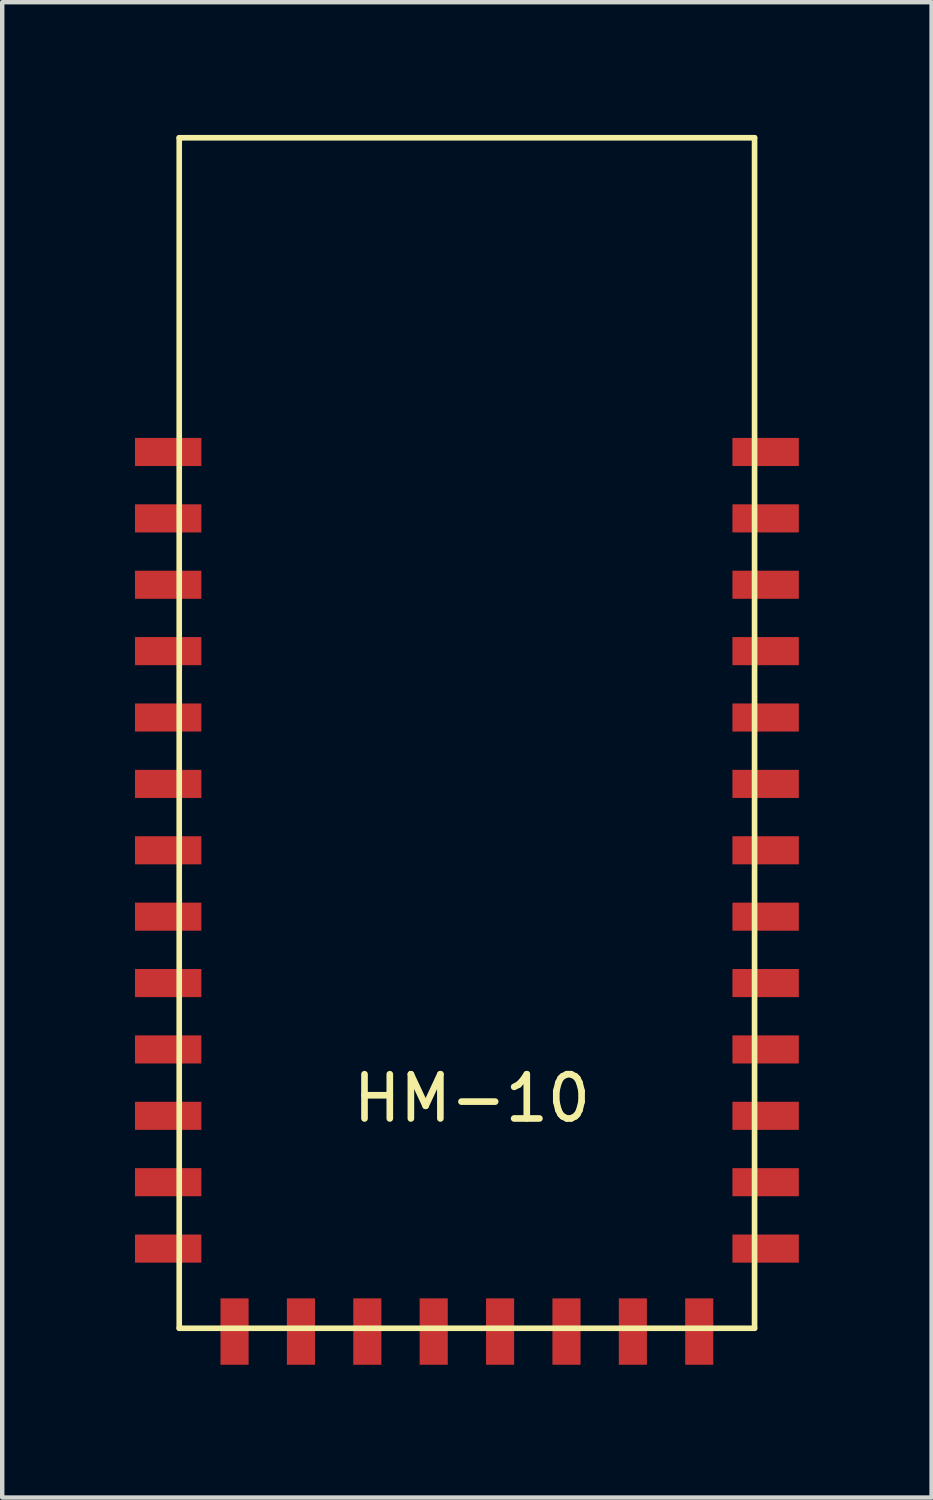
<source format=kicad_pcb>
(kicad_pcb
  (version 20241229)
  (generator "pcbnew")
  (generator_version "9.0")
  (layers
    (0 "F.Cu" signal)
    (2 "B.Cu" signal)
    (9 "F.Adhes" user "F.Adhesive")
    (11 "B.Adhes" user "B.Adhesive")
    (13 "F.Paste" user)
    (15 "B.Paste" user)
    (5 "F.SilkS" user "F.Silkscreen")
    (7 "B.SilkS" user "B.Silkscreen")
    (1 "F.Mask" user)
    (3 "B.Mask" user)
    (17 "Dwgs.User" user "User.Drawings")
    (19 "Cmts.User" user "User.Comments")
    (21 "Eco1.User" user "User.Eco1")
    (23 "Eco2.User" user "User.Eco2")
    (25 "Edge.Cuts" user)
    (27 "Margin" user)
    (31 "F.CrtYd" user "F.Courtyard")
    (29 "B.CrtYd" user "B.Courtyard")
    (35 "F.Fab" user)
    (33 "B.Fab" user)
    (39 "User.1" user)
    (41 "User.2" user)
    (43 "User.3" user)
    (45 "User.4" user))
  (footprint "HM-10"
    (layer "F.Cu")
    (at 8.25 7.163)
    (property "Reference" "HM-10" (at -0.635 14.605 180) (layer "F.SilkS") (effects (font (size 1 1) (thickness 0.15))))
    (attr smd)
    (fp_line (start -7.25 -7.1) (end 5.75 -7.1) (stroke (width 0.127) (type solid)) (layer "F.SilkS"))
    (fp_line (start -7.25 19.8) (end -7.25 -7.1) (stroke (width 0.127) (type solid)) (layer "F.SilkS"))
    (fp_line (start 5.75 -7.1) (end 5.75 19.8) (stroke (width 0.127) (type solid)) (layer "F.SilkS"))
    (fp_line (start 5.75 19.8) (end -7.25 19.8) (stroke (width 0.127) (type solid)) (layer "F.SilkS"))
    (pad "$7" smd rect (at -7.5 9) (size 1.5 0.635) (layers "F.Cu" "F.Mask" "F.Paste"))
    (pad "1" smd rect (at -7.5 0) (size 1.5 0.635) (layers "F.Cu" "F.Mask" "F.Paste"))
    (pad "2" smd rect (at -7.5 1.5) (size 1.5 0.635) (layers "F.Cu" "F.Mask" "F.Paste"))
    (pad "3" smd rect (at -7.5 3) (size 1.5 0.635) (layers "F.Cu" "F.Mask" "F.Paste"))
    (pad "4" smd rect (at -7.5 4.5) (size 1.5 0.635) (layers "F.Cu" "F.Mask" "F.Paste"))
    (pad "5" smd rect (at -7.5 6) (size 1.5 0.635) (layers "F.Cu" "F.Mask" "F.Paste"))
    (pad "6" smd rect (at -7.5 7.5) (size 1.5 0.635) (layers "F.Cu" "F.Mask" "F.Paste"))
    (pad "8" smd rect (at -7.5 10.5) (size 1.5 0.635) (layers "F.Cu" "F.Mask" "F.Paste"))
    (pad "9" smd rect (at -7.5 12) (size 1.5 0.635) (layers "F.Cu" "F.Mask" "F.Paste"))
    (pad "10" smd rect (at -7.5 13.5) (size 1.5 0.635) (layers "F.Cu" "F.Mask" "F.Paste"))
    (pad "11" smd rect (at -7.5 15) (size 1.5 0.635) (layers "F.Cu" "F.Mask" "F.Paste"))
    (pad "12" smd rect (at -7.5 16.5) (size 1.5 0.635) (layers "F.Cu" "F.Mask" "F.Paste"))
    (pad "13" smd rect (at -7.5 18) (size 1.5 0.635) (layers "F.Cu" "F.Mask" "F.Paste"))
    (pad "14" smd rect (at -6 19.875) (size 0.635 1.5) (layers "F.Cu" "F.Mask" "F.Paste"))
    (pad "15" smd rect (at -4.5 19.875) (size 0.635 1.5) (layers "F.Cu" "F.Mask" "F.Paste"))
    (pad "16" smd rect (at -3 19.875) (size 0.635 1.5) (layers "F.Cu" "F.Mask" "F.Paste"))
    (pad "17" smd rect (at -1.5 19.875) (size 0.635 1.5) (layers "F.Cu" "F.Mask" "F.Paste"))
    (pad "18" smd rect (at 0 19.875) (size 0.635 1.5) (layers "F.Cu" "F.Mask" "F.Paste"))
    (pad "19" smd rect (at 1.5 19.875) (size 0.635 1.5) (layers "F.Cu" "F.Mask" "F.Paste"))
    (pad "20" smd rect (at 3 19.875) (size 0.635 1.5) (layers "F.Cu" "F.Mask" "F.Paste"))
    (pad "21" smd rect (at 4.5 19.875) (size 0.635 1.5) (layers "F.Cu" "F.Mask" "F.Paste"))
    (pad "22" smd rect (at 6 18) (size 1.5 0.635) (layers "F.Cu" "F.Mask" "F.Paste"))
    (pad "23" smd rect (at 6 16.5) (size 1.5 0.635) (layers "F.Cu" "F.Mask" "F.Paste"))
    (pad "24" smd rect (at 6 15) (size 1.5 0.635) (layers "F.Cu" "F.Mask" "F.Paste"))
    (pad "25" smd rect (at 6 13.5) (size 1.5 0.635) (layers "F.Cu" "F.Mask" "F.Paste"))
    (pad "26" smd rect (at 6 12) (size 1.5 0.635) (layers "F.Cu" "F.Mask" "F.Paste"))
    (pad "27" smd rect (at 6 10.5) (size 1.5 0.635) (layers "F.Cu" "F.Mask" "F.Paste"))
    (pad "28" smd rect (at 6 9) (size 1.5 0.635) (layers "F.Cu" "F.Mask" "F.Paste"))
    (pad "29" smd rect (at 6 7.5) (size 1.5 0.635) (layers "F.Cu" "F.Mask" "F.Paste"))
    (pad "30" smd rect (at 6 6) (size 1.5 0.635) (layers "F.Cu" "F.Mask" "F.Paste"))
    (pad "31" smd rect (at 6 4.5) (size 1.5 0.635) (layers "F.Cu" "F.Mask" "F.Paste"))
    (pad "32" smd rect (at 6 3) (size 1.5 0.635) (layers "F.Cu" "F.Mask" "F.Paste"))
    (pad "33" smd rect (at 6 1.5) (size 1.5 0.635) (layers "F.Cu" "F.Mask" "F.Paste"))
    (pad "34" smd rect (at 6 0) (size 1.5 0.635) (layers "F.Cu" "F.Mask" "F.Paste")))
  (gr_rect
    (start -3 -3)
    (end 18 30.788)
    (stroke (width 0.1) (type default))
    (fill no)
    (layer "Edge.Cuts")))
</source>
